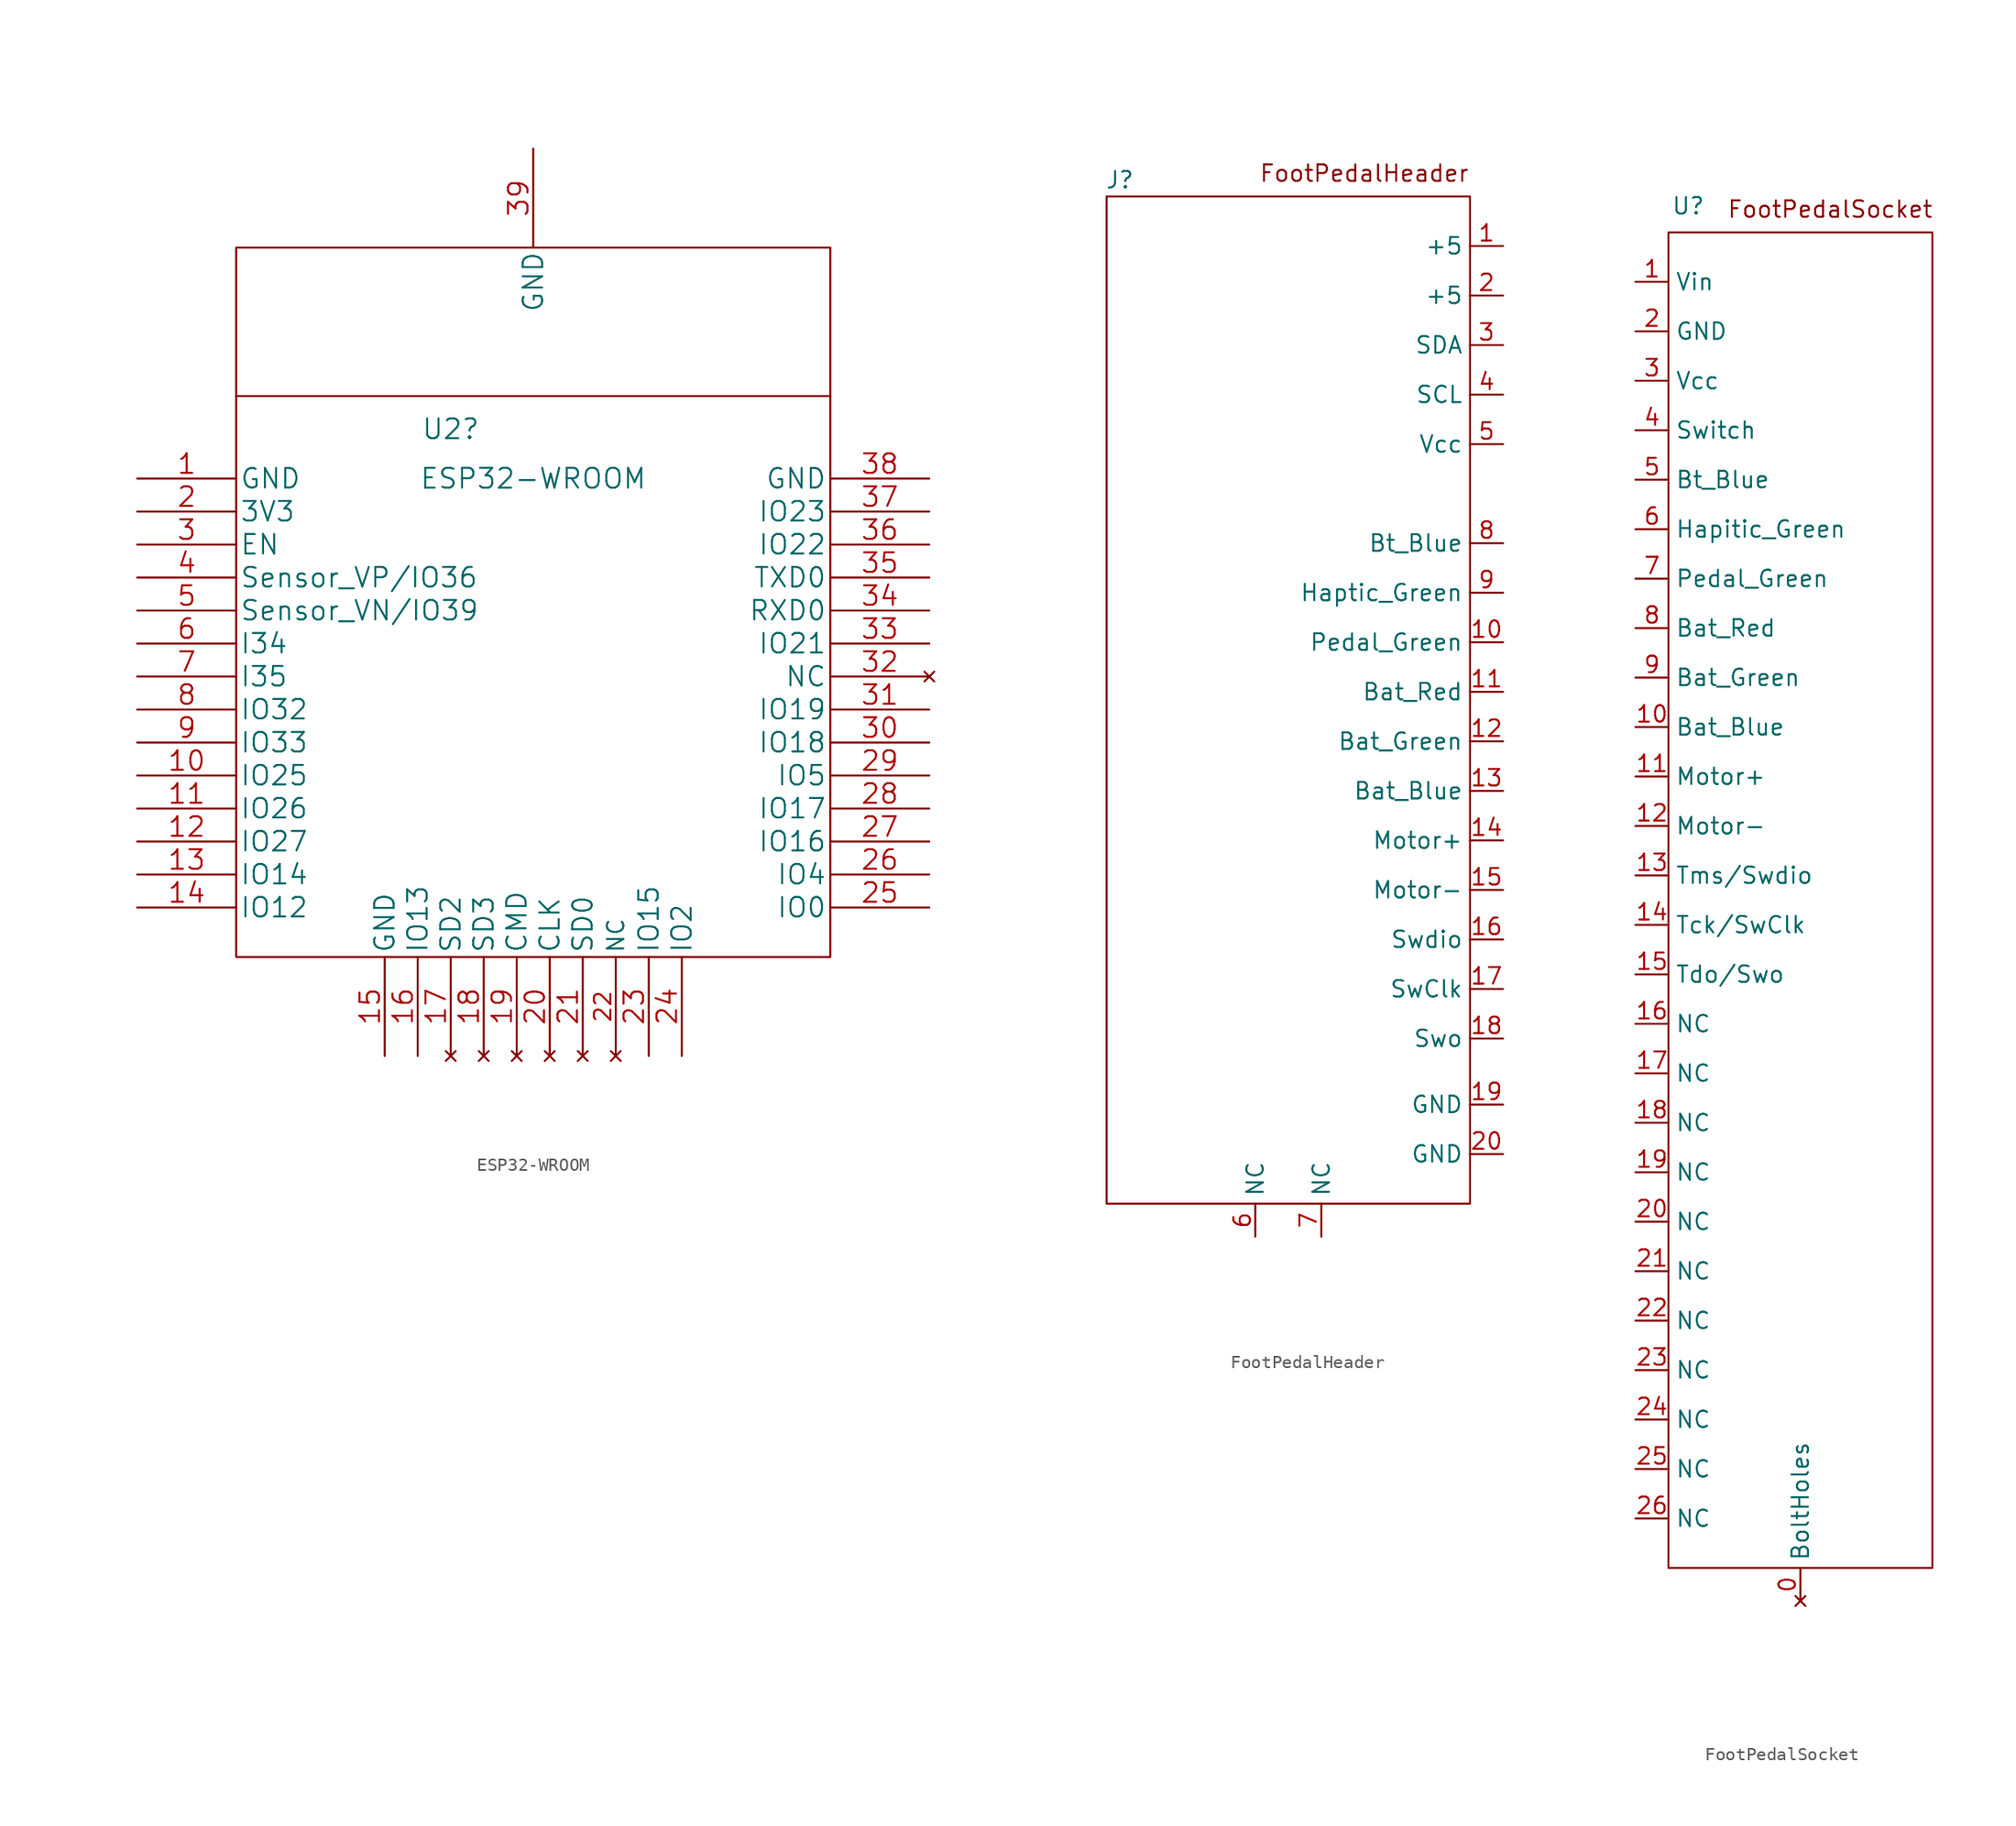
<source format=kicad_sym>
(kicad_symbol_lib
  (version 20241209)
  (generator "kicad_symbol_editor")
  (generator_version "9.0")
  (symbol "ESP32-WROOM"
    (pin_names
      (offset 0.254))
    (property "Reference" "U2"
      (at -6.35 19.05 0)
      (effects (font (size 1.524 1.524))))
    (property "Value" "ESP32-WROOM"
      (at 0 15.24 0)
      (effects (font (size 1.524 1.524))))
    (property "Datasheet" ""
      (at -30.48 15.24 0)
      (effects (font (size 1.524 1.524))))
    (symbol "ESP32-WROOM_0_1"
      (polyline (pts (xy -22.86 21.59) (xy -22.86 33.02) (xy 22.86 33.02) (xy 22.86 21.59)) (stroke (width 0) (type default)) (fill (type none))))
    (symbol "ESP32-WROOM_1_1"
      (rectangle (start 22.86 21.59) (end -22.86 -21.59) (stroke (width 0) (type default)) (fill (type none)))
      (pin power_in line (at -30.48 15.24 0) (length 7.62) (name "GND" (effects (font (size 1.499 1.499)))) (number "1" (effects (font (size 1.499 1.499)))))
      (pin power_in line (at -30.48 12.7 0) (length 7.62) (name "3V3" (effects (font (size 1.499 1.499)))) (number "2" (effects (font (size 1.499 1.499)))))
      (pin input line (at -30.48 10.16 0) (length 7.62) (name "EN" (effects (font (size 1.499 1.499)))) (number "3" (effects (font (size 1.499 1.499)))))
      (pin input line (at -30.48 7.62 0) (length 7.62) (name "Sensor_VP/IO36" (effects (font (size 1.499 1.499)))) (number "4" (effects (font (size 1.499 1.499)))))
      (pin input line (at -30.48 5.08 0) (length 7.62) (name "Sensor_VN/IO39" (effects (font (size 1.499 1.499)))) (number "5" (effects (font (size 1.499 1.499)))))
      (pin input line (at -30.48 2.54 0) (length 7.62) (name "I34" (effects (font (size 1.499 1.499)))) (number "6" (effects (font (size 1.499 1.499)))))
      (pin input line (at -30.48 0 0) (length 7.62) (name "I35" (effects (font (size 1.499 1.499)))) (number "7" (effects (font (size 1.499 1.499)))))
      (pin bidirectional line (at -30.48 -2.54 0) (length 7.62) (name "IO32" (effects (font (size 1.499 1.499)))) (number "8" (effects (font (size 1.499 1.499)))))
      (pin bidirectional line (at -30.48 -5.08 0) (length 7.62) (name "IO33" (effects (font (size 1.499 1.499)))) (number "9" (effects (font (size 1.499 1.499)))))
      (pin bidirectional line (at -30.48 -7.62 0) (length 7.62) (name "IO25" (effects (font (size 1.499 1.499)))) (number "10" (effects (font (size 1.499 1.499)))))
      (pin bidirectional line (at -30.48 -10.16 0) (length 7.62) (name "IO26" (effects (font (size 1.499 1.499)))) (number "11" (effects (font (size 1.499 1.499)))))
      (pin bidirectional line (at -30.48 -12.7 0) (length 7.62) (name "IO27" (effects (font (size 1.499 1.499)))) (number "12" (effects (font (size 1.499 1.499)))))
      (pin bidirectional line (at -30.48 -15.24 0) (length 7.62) (name "IO14" (effects (font (size 1.499 1.499)))) (number "13" (effects (font (size 1.499 1.499)))))
      (pin bidirectional line (at -30.48 -17.78 0) (length 7.62) (name "IO12" (effects (font (size 1.499 1.499)))) (number "14" (effects (font (size 1.499 1.499)))))
      (pin power_in line (at -11.43 -29.21 90) (length 7.62) (name "GND" (effects (font (size 1.499 1.499)))) (number "15" (effects (font (size 1.499 1.499)))))
      (pin bidirectional line (at -8.89 -29.21 90) (length 7.62) (name "IO13" (effects (font (size 1.499 1.499)))) (number "16" (effects (font (size 1.499 1.499)))))
      (pin no_connect line (at -6.35 -29.21 90) (length 7.62) (name "SD2" (effects (font (size 1.499 1.499)))) (number "17" (effects (font (size 1.499 1.499)))))
      (pin no_connect line (at -3.81 -29.21 90) (length 7.62) (name "SD3" (effects (font (size 1.499 1.499)))) (number "18" (effects (font (size 1.499 1.499)))))
      (pin no_connect line (at -1.27 -29.21 90) (length 7.62) (name "CMD" (effects (font (size 1.499 1.499)))) (number "19" (effects (font (size 1.499 1.499)))))
      (pin power_in line (at 0 40.64 270) (length 7.62) (name "GND" (effects (font (size 1.499 1.499)))) (number "39" (effects (font (size 1.499 1.499)))))
      (pin no_connect line (at 1.27 -29.21 90) (length 7.62) (name "CLK" (effects (font (size 1.499 1.499)))) (number "20" (effects (font (size 1.499 1.499)))))
      (pin no_connect line (at 3.81 -29.21 90) (length 7.62) (name "SD0" (effects (font (size 1.499 1.499)))) (number "21" (effects (font (size 1.499 1.499)))))
      (pin no_connect line (at 6.35 -29.21 90) (length 7.62) (name "NC" (effects (font (size 1.27 1.27)))) (number "22" (effects (font (size 1.27 1.27)))))
      (pin bidirectional line (at 8.89 -29.21 90) (length 7.62) (name "IO15" (effects (font (size 1.499 1.499)))) (number "23" (effects (font (size 1.499 1.499)))))
      (pin bidirectional line (at 11.43 -29.21 90) (length 7.62) (name "IO2" (effects (font (size 1.499 1.499)))) (number "24" (effects (font (size 1.499 1.499)))))
      (pin power_in line (at 30.48 15.24 180) (length 7.62) (name "GND" (effects (font (size 1.499 1.499)))) (number "38" (effects (font (size 1.499 1.499)))))
      (pin bidirectional line (at 30.48 12.7 180) (length 7.62) (name "IO23" (effects (font (size 1.499 1.499)))) (number "37" (effects (font (size 1.499 1.499)))))
      (pin bidirectional line (at 30.48 10.16 180) (length 7.62) (name "IO22" (effects (font (size 1.499 1.499)))) (number "36" (effects (font (size 1.499 1.499)))))
      (pin output line (at 30.48 7.62 180) (length 7.62) (name "TXD0" (effects (font (size 1.499 1.499)))) (number "35" (effects (font (size 1.499 1.499)))))
      (pin input line (at 30.48 5.08 180) (length 7.62) (name "RXD0" (effects (font (size 1.499 1.499)))) (number "34" (effects (font (size 1.499 1.499)))))
      (pin bidirectional line (at 30.48 2.54 180) (length 7.62) (name "IO21" (effects (font (size 1.499 1.499)))) (number "33" (effects (font (size 1.499 1.499)))))
      (pin no_connect line (at 30.48 0 180) (length 7.62) (name "NC" (effects (font (size 1.499 1.499)))) (number "32" (effects (font (size 1.499 1.499)))))
      (pin bidirectional line (at 30.48 -2.54 180) (length 7.62) (name "IO19" (effects (font (size 1.499 1.499)))) (number "31" (effects (font (size 1.499 1.499)))))
      (pin bidirectional line (at 30.48 -5.08 180) (length 7.62) (name "IO18" (effects (font (size 1.499 1.499)))) (number "30" (effects (font (size 1.499 1.499)))))
      (pin bidirectional line (at 30.48 -7.62 180) (length 7.62) (name "IO5" (effects (font (size 1.499 1.499)))) (number "29" (effects (font (size 1.499 1.499)))))
      (pin bidirectional line (at 30.48 -10.16 180) (length 7.62) (name "IO17" (effects (font (size 1.499 1.499)))) (number "28" (effects (font (size 1.499 1.499)))))
      (pin bidirectional line (at 30.48 -12.7 180) (length 7.62) (name "IO16" (effects (font (size 1.499 1.499)))) (number "27" (effects (font (size 1.499 1.499)))))
      (pin bidirectional line (at 30.48 -15.24 180) (length 7.62) (name "IO4" (effects (font (size 1.499 1.499)))) (number "26" (effects (font (size 1.499 1.499)))))
      (pin bidirectional line (at 30.48 -17.78 180) (length 7.62) (name "IO0" (effects (font (size 1.499 1.499)))) (number "25" (effects (font (size 1.499 1.499)))))))
  (symbol "FootPedalHeader"
    (property "Reference" "J"
      (at -12.954 39.37 0)
      (effects (font (size 1.27 1.27))))
    (property "Value" ""
      (at 0 0 0)
      (effects (font (size 1.27 1.27))))
    (symbol "FootPedalHeader_0_1"
      (rectangle (start -13.97 38.1) (end 13.97 -39.37) (stroke (width 0) (type default)) (fill (type none))))
    (symbol "FootPedalHeader_1_1"
      (text "FootPedalHeader\n" (at 5.842 39.878 0) (effects (font (size 1.27 1.27))))
      (pin input line (at -2.54 -41.91 90) (length 2.54) (name "NC" (effects (font (size 1.27 1.27)))) (number "6" (effects (font (size 1.27 1.27)))))
      (pin input line (at 2.54 -41.91 90) (length 2.54) (name "NC" (effects (font (size 1.27 1.27)))) (number "7" (effects (font (size 1.27 1.27)))))
      (pin output line (at 16.51 34.29 180) (length 2.54) (name "+5" (effects (font (size 1.27 1.27)))) (number "1" (effects (font (size 1.27 1.27)))))
      (pin output line (at 16.51 30.48 180) (length 2.54) (name "+5" (effects (font (size 1.27 1.27)))) (number "2" (effects (font (size 1.27 1.27)))))
      (pin bidirectional line (at 16.51 26.67 180) (length 2.54) (name "SDA" (effects (font (size 1.27 1.27)))) (number "3" (effects (font (size 1.27 1.27)))))
      (pin output line (at 16.51 22.86 180) (length 2.54) (name "SCL" (effects (font (size 1.27 1.27)))) (number "4" (effects (font (size 1.27 1.27)))))
      (pin input line (at 16.51 19.05 180) (length 2.54) (name "Vcc" (effects (font (size 1.27 1.27)))) (number "5" (effects (font (size 1.27 1.27)))))
      (pin input line (at 16.51 11.43 180) (length 2.54) (name "Bt_Blue" (effects (font (size 1.27 1.27)))) (number "8" (effects (font (size 1.27 1.27)))))
      (pin input line (at 16.51 7.62 180) (length 2.54) (name "Haptic_Green" (effects (font (size 1.27 1.27)))) (number "9" (effects (font (size 1.27 1.27)))))
      (pin input line (at 16.51 3.81 180) (length 2.54) (name "Pedal_Green" (effects (font (size 1.27 1.27)))) (number "10" (effects (font (size 1.27 1.27)))))
      (pin input line (at 16.51 0 180) (length 2.54) (name "Bat_Red" (effects (font (size 1.27 1.27)))) (number "11" (effects (font (size 1.27 1.27)))))
      (pin input line (at 16.51 -3.81 180) (length 2.54) (name "Bat_Green" (effects (font (size 1.27 1.27)))) (number "12" (effects (font (size 1.27 1.27)))))
      (pin input line (at 16.51 -7.62 180) (length 2.54) (name "Bat_Blue" (effects (font (size 1.27 1.27)))) (number "13" (effects (font (size 1.27 1.27)))))
      (pin input line (at 16.51 -11.43 180) (length 2.54) (name "Motor+" (effects (font (size 1.27 1.27)))) (number "14" (effects (font (size 1.27 1.27)))))
      (pin input line (at 16.51 -15.24 180) (length 2.54) (name "Motor-" (effects (font (size 1.27 1.27)))) (number "15" (effects (font (size 1.27 1.27)))))
      (pin bidirectional line (at 16.51 -19.05 180) (length 2.54) (name "Swdio" (effects (font (size 1.27 1.27)))) (number "16" (effects (font (size 1.27 1.27)))))
      (pin output line (at 16.51 -22.86 180) (length 2.54) (name "SwClk" (effects (font (size 1.27 1.27)))) (number "17" (effects (font (size 1.27 1.27)))))
      (pin input line (at 16.51 -26.67 180) (length 2.54) (name "Swo" (effects (font (size 1.27 1.27)))) (number "18" (effects (font (size 1.27 1.27)))))
      (pin output line (at 16.51 -31.75 180) (length 2.54) (name "GND" (effects (font (size 1.27 1.27)))) (number "19" (effects (font (size 1.27 1.27)))))
      (pin output line (at 16.51 -35.56 180) (length 2.54) (name "GND" (effects (font (size 1.27 1.27)))) (number "20" (effects (font (size 1.27 1.27)))))))
  (symbol "FootPedalSocket"
    (property "Reference" "U"
      (at -8.636 51.562 0)
      (effects (font (size 1.27 1.27))))
    (property "Value" ""
      (at 0 34.29 0)
      (effects (font (size 1.27 1.27))))
    (symbol "FootPedalSocket_0_1"
      (rectangle (start -10.16 49.53) (end 10.16 -53.34) (stroke (width 0) (type default)) (fill (type none))))
    (symbol "FootPedalSocket_1_1"
      (text "FootPedalSocket\n" (at 2.286 51.308 0) (effects (font (size 1.27 1.27))))
      (pin power_in line (at -12.7 45.72 0) (length 2.54) (name "Vin" (effects (font (size 1.27 1.27)))) (number "1" (effects (font (size 1.27 1.27)))))
      (pin power_in line (at -12.7 41.91 0) (length 2.54) (name "GND" (effects (font (size 1.27 1.27)))) (number "2" (effects (font (size 1.27 1.27)))))
      (pin output line (at -12.7 38.1 0) (length 2.54) (name "Vcc" (effects (font (size 1.27 1.27)))) (number "3" (effects (font (size 1.27 1.27)))))
      (pin output line (at -12.7 34.29 0) (length 2.54) (name "Switch" (effects (font (size 1.27 1.27)))) (number "4" (effects (font (size 1.27 1.27)))))
      (pin output line (at -12.7 30.48 0) (length 2.54) (name "Bt_Blue" (effects (font (size 1.27 1.27)))) (number "5" (effects (font (size 1.27 1.27)))))
      (pin output line (at -12.7 26.67 0) (length 2.54) (name "Hapitic_Green" (effects (font (size 1.27 1.27)))) (number "6" (effects (font (size 1.27 1.27)))))
      (pin output line (at -12.7 22.86 0) (length 2.54) (name "Pedal_Green" (effects (font (size 1.27 1.27)))) (number "7" (effects (font (size 1.27 1.27)))))
      (pin output line (at -12.7 19.05 0) (length 2.54) (name "Bat_Red" (effects (font (size 1.27 1.27)))) (number "8" (effects (font (size 1.27 1.27)))))
      (pin output line (at -12.7 15.24 0) (length 2.54) (name "Bat_Green" (effects (font (size 1.27 1.27)))) (number "9" (effects (font (size 1.27 1.27)))))
      (pin output line (at -12.7 11.43 0) (length 2.54) (name "Bat_Blue" (effects (font (size 1.27 1.27)))) (number "10" (effects (font (size 1.27 1.27)))))
      (pin output line (at -12.7 7.62 0) (length 2.54) (name "Motor+" (effects (font (size 1.27 1.27)))) (number "11" (effects (font (size 1.27 1.27)))))
      (pin output line (at -12.7 3.81 0) (length 2.54) (name "Motor-" (effects (font (size 1.27 1.27)))) (number "12" (effects (font (size 1.27 1.27)))))
      (pin bidirectional line (at -12.7 0 0) (length 2.54) (name "Tms/Swdio" (effects (font (size 1.27 1.27)))) (number "13" (effects (font (size 1.27 1.27)))))
      (pin input line (at -12.7 -3.81 0) (length 2.54) (name "Tck/SwClk" (effects (font (size 1.27 1.27)))) (number "14" (effects (font (size 1.27 1.27)))))
      (pin input line (at -12.7 -7.62 0) (length 2.54) (name "Tdo/Swo" (effects (font (size 1.27 1.27)))) (number "15" (effects (font (size 1.27 1.27)))))
      (pin passive line (at -12.7 -11.43 0) (length 2.54) (name "NC" (effects (font (size 1.27 1.27)))) (number "16" (effects (font (size 1.27 1.27)))))
      (pin passive line (at -12.7 -15.24 0) (length 2.54) (name "NC" (effects (font (size 1.27 1.27)))) (number "17" (effects (font (size 1.27 1.27)))))
      (pin passive line (at -12.7 -19.05 0) (length 2.54) (name "NC" (effects (font (size 1.27 1.27)))) (number "18" (effects (font (size 1.27 1.27)))))
      (pin passive line (at -12.7 -22.86 0) (length 2.54) (name "NC" (effects (font (size 1.27 1.27)))) (number "19" (effects (font (size 1.27 1.27)))))
      (pin passive line (at -12.7 -26.67 0) (length 2.54) (name "NC" (effects (font (size 1.27 1.27)))) (number "20" (effects (font (size 1.27 1.27)))))
      (pin passive line (at -12.7 -30.48 0) (length 2.54) (name "NC" (effects (font (size 1.27 1.27)))) (number "21" (effects (font (size 1.27 1.27)))))
      (pin passive line (at -12.7 -34.29 0) (length 2.54) (name "NC" (effects (font (size 1.27 1.27)))) (number "22" (effects (font (size 1.27 1.27)))))
      (pin passive line (at -12.7 -38.1 0) (length 2.54) (name "NC" (effects (font (size 1.27 1.27)))) (number "23" (effects (font (size 1.27 1.27)))))
      (pin passive line (at -12.7 -41.91 0) (length 2.54) (name "NC" (effects (font (size 1.27 1.27)))) (number "24" (effects (font (size 1.27 1.27)))))
      (pin passive line (at -12.7 -45.72 0) (length 2.54) (name "NC" (effects (font (size 1.27 1.27)))) (number "25" (effects (font (size 1.27 1.27)))))
      (pin passive line (at -12.7 -49.53 0) (length 2.54) (name "NC" (effects (font (size 1.27 1.27)))) (number "26" (effects (font (size 1.27 1.27)))))
      (pin no_connect line (at 0 -55.88 90) (length 2.54) (name "BoltHoles" (effects (font (size 1.27 1.27)))) (number "0" (effects (font (size 1.27 1.27))))))))
</source>
